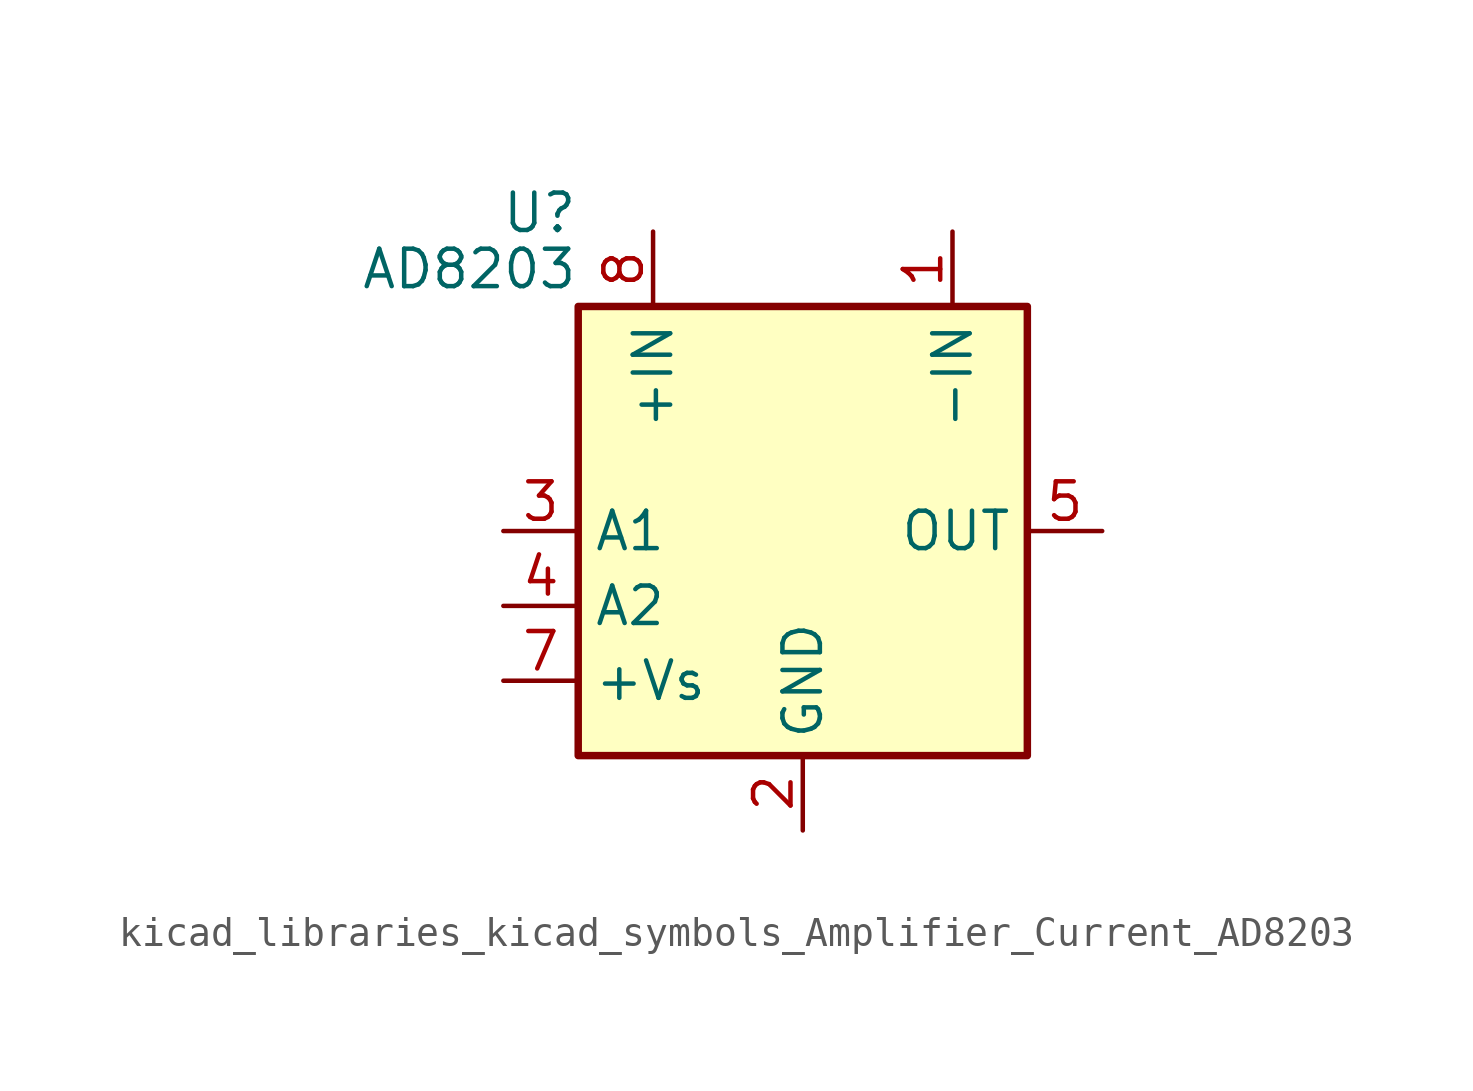
<source format=kicad_sym>
(kicad_symbol_lib
  (version 20220914)
  (generator kicad_symbol_editor)
  (symbol "kicad_libraries_kicad_symbols_Amplifier_Current_AD8203"
    (property "Reference" "U"
      (at -7.62 10.795 0)
      (effects (font (size 1.27 1.27)) (justify right)))
    (property "Value" "AD8203"
      (at -7.62 8.89 0)
      (effects (font (size 1.27 1.27)) (justify right)))
    (symbol "kicad_libraries_kicad_symbols_Amplifier_Current_AD8203_0_1"
      (rectangle (start -7.62 7.62) (end 7.62 -7.62) (stroke (width 0.254) (type default)) (fill (type background))))
    (symbol "kicad_libraries_kicad_symbols_Amplifier_Current_AD8203_1_1"
      (pin input line (at 5.08 10.16 270) (length 2.54) (name "-IN" (effects (font (size 1.27 1.27)))) (number "1" (effects (font (size 1.27 1.27)))))
      (pin power_in line (at 0 -10.16 90) (length 2.54) (name "GND" (effects (font (size 1.27 1.27)))) (number "2" (effects (font (size 1.27 1.27)))))
      (pin output line (at -10.16 0 0) (length 2.54) (name "A1" (effects (font (size 1.27 1.27)))) (number "3" (effects (font (size 1.27 1.27)))))
      (pin input line (at -10.16 -2.54 0) (length 2.54) (name "A2" (effects (font (size 1.27 1.27)))) (number "4" (effects (font (size 1.27 1.27)))))
      (pin output line (at 10.16 0 180) (length 2.54) (name "OUT" (effects (font (size 1.27 1.27)))) (number "5" (effects (font (size 1.27 1.27)))))
      (pin no_connect line (at 2.54 -7.62 90) (length 2.54) hide (name "NC" (effects (font (size 1.27 1.27)))) (number "6" (effects (font (size 1.27 1.27)))))
      (pin power_in line (at -10.16 -5.08 0) (length 2.54) (name "+Vs" (effects (font (size 1.27 1.27)))) (number "7" (effects (font (size 1.27 1.27)))))
      (pin input line (at -5.08 10.16 270) (length 2.54) (name "+IN" (effects (font (size 1.27 1.27)))) (number "8" (effects (font (size 1.27 1.27))))))))
</source>
